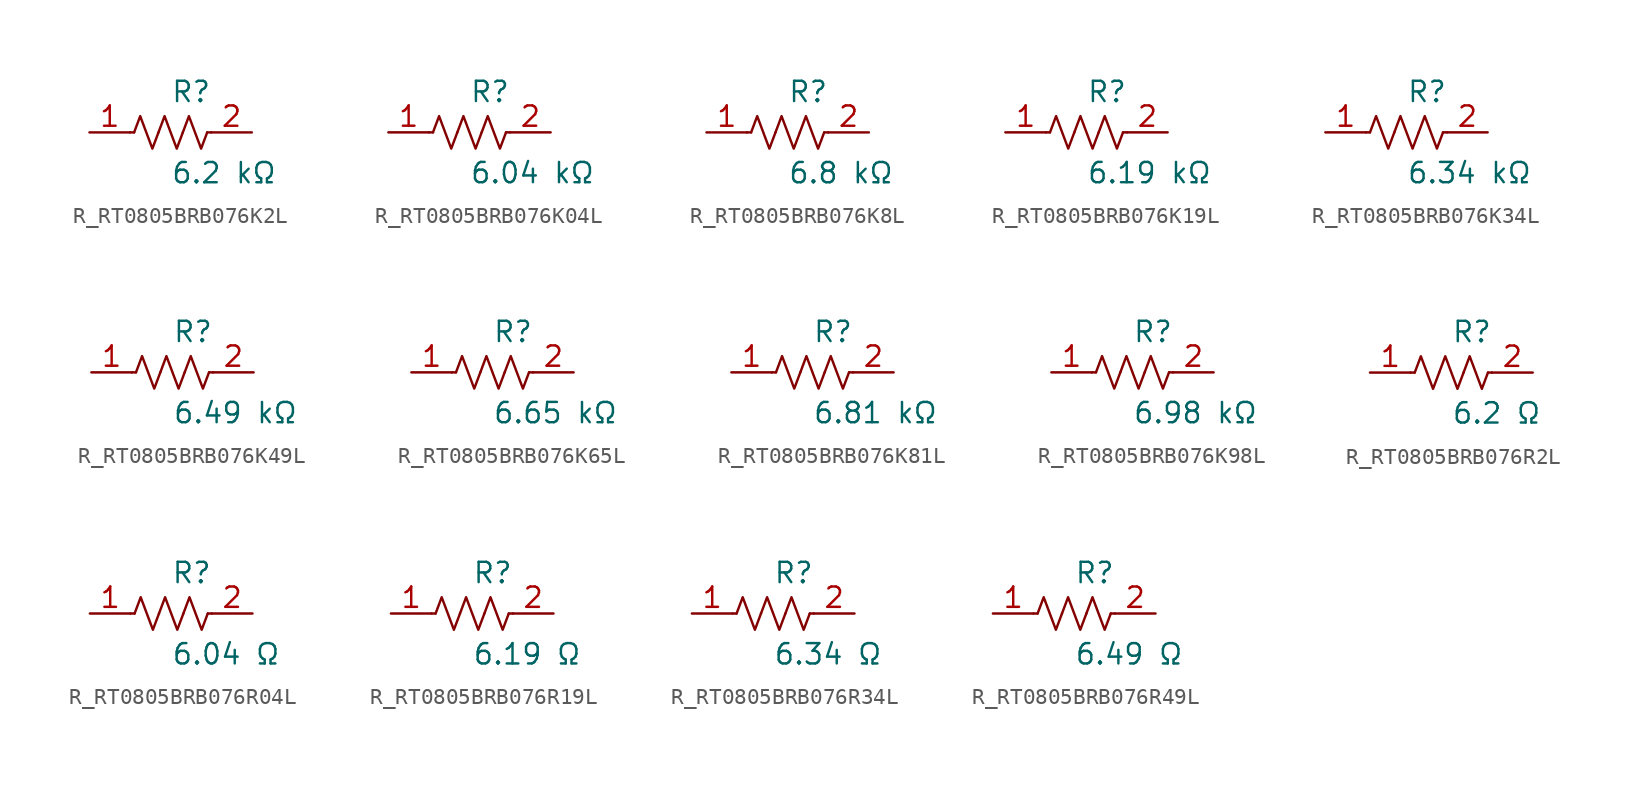
<source format=kicad_sym>
(kicad_symbol_lib
  (version 20231120)
  (generator kicad_symbol_editor)
  (generator_version 8.0)
  (symbol "R_RT0805BRB076K2L"
    (pin_names
      (offset 0.254))
    (property "Reference" "R"
      (at 0 2.54 0)
      (effects (font (size 1.27 1.27)) (justify left)))
    (property "Value" "6.2 kΩ"
      (at 0 -2.54 0)
      (effects (font (size 1.27 1.27)) (justify left)))
    (symbol "R_RT0805BRB076K2L_0_1"
      (polyline (pts (xy 2.286 0) (xy 2.54 0)) (stroke (width 0) (type default)) (fill (type none)))
      (polyline (pts (xy -2.286 0) (xy -2.54 0)) (stroke (width 0) (type default)) (fill (type none)))
      (polyline (pts (xy 0.762 0) (xy 1.143 1.016) (xy 1.524 0) (xy 1.905 -1.016) (xy 2.286 0)) (stroke (width 0) (type default)) (fill (type none)))
      (polyline (pts (xy -0.762 0) (xy -0.381 1.016) (xy 0 0) (xy 0.381 -1.016) (xy 0.762 0)) (stroke (width 0) (type default)) (fill (type none)))
      (polyline (pts (xy -2.286 0) (xy -1.905 1.016) (xy -1.524 0) (xy -1.143 -1.016) (xy -0.762 0)) (stroke (width 0) (type default)) (fill (type none))))
    (pin unspecified line
      (at -5.08 0 0)
      (length 2.54)
      (name "" (effects (font (size 1.27 1.27))))
      (number "1" (effects (font (size 1.27 1.27)))))
    (pin unspecified line
      (at 5.08 0 180)
      (length 2.54)
      (name "" (effects (font (size 1.27 1.27))))
      (number "2" (effects (font (size 1.27 1.27))))))
  (symbol "R_RT0805BRB076K04L"
    (pin_names
      (offset 0.254))
    (property "Reference" "R"
      (at 0 2.54 0)
      (effects (font (size 1.27 1.27)) (justify left)))
    (property "Value" "6.04 kΩ"
      (at 0 -2.54 0)
      (effects (font (size 1.27 1.27)) (justify left)))
    (symbol "R_RT0805BRB076K04L_0_1"
      (polyline (pts (xy 2.286 0) (xy 2.54 0)) (stroke (width 0) (type default)) (fill (type none)))
      (polyline (pts (xy -2.286 0) (xy -2.54 0)) (stroke (width 0) (type default)) (fill (type none)))
      (polyline (pts (xy 0.762 0) (xy 1.143 1.016) (xy 1.524 0) (xy 1.905 -1.016) (xy 2.286 0)) (stroke (width 0) (type default)) (fill (type none)))
      (polyline (pts (xy -0.762 0) (xy -0.381 1.016) (xy 0 0) (xy 0.381 -1.016) (xy 0.762 0)) (stroke (width 0) (type default)) (fill (type none)))
      (polyline (pts (xy -2.286 0) (xy -1.905 1.016) (xy -1.524 0) (xy -1.143 -1.016) (xy -0.762 0)) (stroke (width 0) (type default)) (fill (type none))))
    (pin unspecified line
      (at -5.08 0 0)
      (length 2.54)
      (name "" (effects (font (size 1.27 1.27))))
      (number "1" (effects (font (size 1.27 1.27)))))
    (pin unspecified line
      (at 5.08 0 180)
      (length 2.54)
      (name "" (effects (font (size 1.27 1.27))))
      (number "2" (effects (font (size 1.27 1.27))))))
  (symbol "R_RT0805BRB076K8L"
    (pin_names
      (offset 0.254))
    (property "Reference" "R"
      (at 0 2.54 0)
      (effects (font (size 1.27 1.27)) (justify left)))
    (property "Value" "6.8 kΩ"
      (at 0 -2.54 0)
      (effects (font (size 1.27 1.27)) (justify left)))
    (symbol "R_RT0805BRB076K8L_0_1"
      (polyline (pts (xy 2.286 0) (xy 2.54 0)) (stroke (width 0) (type default)) (fill (type none)))
      (polyline (pts (xy -2.286 0) (xy -2.54 0)) (stroke (width 0) (type default)) (fill (type none)))
      (polyline (pts (xy 0.762 0) (xy 1.143 1.016) (xy 1.524 0) (xy 1.905 -1.016) (xy 2.286 0)) (stroke (width 0) (type default)) (fill (type none)))
      (polyline (pts (xy -0.762 0) (xy -0.381 1.016) (xy 0 0) (xy 0.381 -1.016) (xy 0.762 0)) (stroke (width 0) (type default)) (fill (type none)))
      (polyline (pts (xy -2.286 0) (xy -1.905 1.016) (xy -1.524 0) (xy -1.143 -1.016) (xy -0.762 0)) (stroke (width 0) (type default)) (fill (type none))))
    (pin unspecified line
      (at -5.08 0 0)
      (length 2.54)
      (name "" (effects (font (size 1.27 1.27))))
      (number "1" (effects (font (size 1.27 1.27)))))
    (pin unspecified line
      (at 5.08 0 180)
      (length 2.54)
      (name "" (effects (font (size 1.27 1.27))))
      (number "2" (effects (font (size 1.27 1.27))))))
  (symbol "R_RT0805BRB076K19L"
    (pin_names
      (offset 0.254))
    (property "Reference" "R"
      (at 0 2.54 0)
      (effects (font (size 1.27 1.27)) (justify left)))
    (property "Value" "6.19 kΩ"
      (at 0 -2.54 0)
      (effects (font (size 1.27 1.27)) (justify left)))
    (symbol "R_RT0805BRB076K19L_0_1"
      (polyline (pts (xy 2.286 0) (xy 2.54 0)) (stroke (width 0) (type default)) (fill (type none)))
      (polyline (pts (xy -2.286 0) (xy -2.54 0)) (stroke (width 0) (type default)) (fill (type none)))
      (polyline (pts (xy 0.762 0) (xy 1.143 1.016) (xy 1.524 0) (xy 1.905 -1.016) (xy 2.286 0)) (stroke (width 0) (type default)) (fill (type none)))
      (polyline (pts (xy -0.762 0) (xy -0.381 1.016) (xy 0 0) (xy 0.381 -1.016) (xy 0.762 0)) (stroke (width 0) (type default)) (fill (type none)))
      (polyline (pts (xy -2.286 0) (xy -1.905 1.016) (xy -1.524 0) (xy -1.143 -1.016) (xy -0.762 0)) (stroke (width 0) (type default)) (fill (type none))))
    (pin unspecified line
      (at -5.08 0 0)
      (length 2.54)
      (name "" (effects (font (size 1.27 1.27))))
      (number "1" (effects (font (size 1.27 1.27)))))
    (pin unspecified line
      (at 5.08 0 180)
      (length 2.54)
      (name "" (effects (font (size 1.27 1.27))))
      (number "2" (effects (font (size 1.27 1.27))))))
  (symbol "R_RT0805BRB076K34L"
    (pin_names
      (offset 0.254))
    (property "Reference" "R"
      (at 0 2.54 0)
      (effects (font (size 1.27 1.27)) (justify left)))
    (property "Value" "6.34 kΩ"
      (at 0 -2.54 0)
      (effects (font (size 1.27 1.27)) (justify left)))
    (symbol "R_RT0805BRB076K34L_0_1"
      (polyline (pts (xy 2.286 0) (xy 2.54 0)) (stroke (width 0) (type default)) (fill (type none)))
      (polyline (pts (xy -2.286 0) (xy -2.54 0)) (stroke (width 0) (type default)) (fill (type none)))
      (polyline (pts (xy 0.762 0) (xy 1.143 1.016) (xy 1.524 0) (xy 1.905 -1.016) (xy 2.286 0)) (stroke (width 0) (type default)) (fill (type none)))
      (polyline (pts (xy -0.762 0) (xy -0.381 1.016) (xy 0 0) (xy 0.381 -1.016) (xy 0.762 0)) (stroke (width 0) (type default)) (fill (type none)))
      (polyline (pts (xy -2.286 0) (xy -1.905 1.016) (xy -1.524 0) (xy -1.143 -1.016) (xy -0.762 0)) (stroke (width 0) (type default)) (fill (type none))))
    (pin unspecified line
      (at -5.08 0 0)
      (length 2.54)
      (name "" (effects (font (size 1.27 1.27))))
      (number "1" (effects (font (size 1.27 1.27)))))
    (pin unspecified line
      (at 5.08 0 180)
      (length 2.54)
      (name "" (effects (font (size 1.27 1.27))))
      (number "2" (effects (font (size 1.27 1.27))))))
  (symbol "R_RT0805BRB076K49L"
    (pin_names
      (offset 0.254))
    (property "Reference" "R"
      (at 0 2.54 0)
      (effects (font (size 1.27 1.27)) (justify left)))
    (property "Value" "6.49 kΩ"
      (at 0 -2.54 0)
      (effects (font (size 1.27 1.27)) (justify left)))
    (symbol "R_RT0805BRB076K49L_0_1"
      (polyline (pts (xy 2.286 0) (xy 2.54 0)) (stroke (width 0) (type default)) (fill (type none)))
      (polyline (pts (xy -2.286 0) (xy -2.54 0)) (stroke (width 0) (type default)) (fill (type none)))
      (polyline (pts (xy 0.762 0) (xy 1.143 1.016) (xy 1.524 0) (xy 1.905 -1.016) (xy 2.286 0)) (stroke (width 0) (type default)) (fill (type none)))
      (polyline (pts (xy -0.762 0) (xy -0.381 1.016) (xy 0 0) (xy 0.381 -1.016) (xy 0.762 0)) (stroke (width 0) (type default)) (fill (type none)))
      (polyline (pts (xy -2.286 0) (xy -1.905 1.016) (xy -1.524 0) (xy -1.143 -1.016) (xy -0.762 0)) (stroke (width 0) (type default)) (fill (type none))))
    (pin unspecified line
      (at -5.08 0 0)
      (length 2.54)
      (name "" (effects (font (size 1.27 1.27))))
      (number "1" (effects (font (size 1.27 1.27)))))
    (pin unspecified line
      (at 5.08 0 180)
      (length 2.54)
      (name "" (effects (font (size 1.27 1.27))))
      (number "2" (effects (font (size 1.27 1.27))))))
  (symbol "R_RT0805BRB076K65L"
    (pin_names
      (offset 0.254))
    (property "Reference" "R"
      (at 0 2.54 0)
      (effects (font (size 1.27 1.27)) (justify left)))
    (property "Value" "6.65 kΩ"
      (at 0 -2.54 0)
      (effects (font (size 1.27 1.27)) (justify left)))
    (symbol "R_RT0805BRB076K65L_0_1"
      (polyline (pts (xy 2.286 0) (xy 2.54 0)) (stroke (width 0) (type default)) (fill (type none)))
      (polyline (pts (xy -2.286 0) (xy -2.54 0)) (stroke (width 0) (type default)) (fill (type none)))
      (polyline (pts (xy 0.762 0) (xy 1.143 1.016) (xy 1.524 0) (xy 1.905 -1.016) (xy 2.286 0)) (stroke (width 0) (type default)) (fill (type none)))
      (polyline (pts (xy -0.762 0) (xy -0.381 1.016) (xy 0 0) (xy 0.381 -1.016) (xy 0.762 0)) (stroke (width 0) (type default)) (fill (type none)))
      (polyline (pts (xy -2.286 0) (xy -1.905 1.016) (xy -1.524 0) (xy -1.143 -1.016) (xy -0.762 0)) (stroke (width 0) (type default)) (fill (type none))))
    (pin unspecified line
      (at -5.08 0 0)
      (length 2.54)
      (name "" (effects (font (size 1.27 1.27))))
      (number "1" (effects (font (size 1.27 1.27)))))
    (pin unspecified line
      (at 5.08 0 180)
      (length 2.54)
      (name "" (effects (font (size 1.27 1.27))))
      (number "2" (effects (font (size 1.27 1.27))))))
  (symbol "R_RT0805BRB076K81L"
    (pin_names
      (offset 0.254))
    (property "Reference" "R"
      (at 0 2.54 0)
      (effects (font (size 1.27 1.27)) (justify left)))
    (property "Value" "6.81 kΩ"
      (at 0 -2.54 0)
      (effects (font (size 1.27 1.27)) (justify left)))
    (symbol "R_RT0805BRB076K81L_0_1"
      (polyline (pts (xy 2.286 0) (xy 2.54 0)) (stroke (width 0) (type default)) (fill (type none)))
      (polyline (pts (xy -2.286 0) (xy -2.54 0)) (stroke (width 0) (type default)) (fill (type none)))
      (polyline (pts (xy 0.762 0) (xy 1.143 1.016) (xy 1.524 0) (xy 1.905 -1.016) (xy 2.286 0)) (stroke (width 0) (type default)) (fill (type none)))
      (polyline (pts (xy -0.762 0) (xy -0.381 1.016) (xy 0 0) (xy 0.381 -1.016) (xy 0.762 0)) (stroke (width 0) (type default)) (fill (type none)))
      (polyline (pts (xy -2.286 0) (xy -1.905 1.016) (xy -1.524 0) (xy -1.143 -1.016) (xy -0.762 0)) (stroke (width 0) (type default)) (fill (type none))))
    (pin unspecified line
      (at -5.08 0 0)
      (length 2.54)
      (name "" (effects (font (size 1.27 1.27))))
      (number "1" (effects (font (size 1.27 1.27)))))
    (pin unspecified line
      (at 5.08 0 180)
      (length 2.54)
      (name "" (effects (font (size 1.27 1.27))))
      (number "2" (effects (font (size 1.27 1.27))))))
  (symbol "R_RT0805BRB076K98L"
    (pin_names
      (offset 0.254))
    (property "Reference" "R"
      (at 0 2.54 0)
      (effects (font (size 1.27 1.27)) (justify left)))
    (property "Value" "6.98 kΩ"
      (at 0 -2.54 0)
      (effects (font (size 1.27 1.27)) (justify left)))
    (symbol "R_RT0805BRB076K98L_0_1"
      (polyline (pts (xy 2.286 0) (xy 2.54 0)) (stroke (width 0) (type default)) (fill (type none)))
      (polyline (pts (xy -2.286 0) (xy -2.54 0)) (stroke (width 0) (type default)) (fill (type none)))
      (polyline (pts (xy 0.762 0) (xy 1.143 1.016) (xy 1.524 0) (xy 1.905 -1.016) (xy 2.286 0)) (stroke (width 0) (type default)) (fill (type none)))
      (polyline (pts (xy -0.762 0) (xy -0.381 1.016) (xy 0 0) (xy 0.381 -1.016) (xy 0.762 0)) (stroke (width 0) (type default)) (fill (type none)))
      (polyline (pts (xy -2.286 0) (xy -1.905 1.016) (xy -1.524 0) (xy -1.143 -1.016) (xy -0.762 0)) (stroke (width 0) (type default)) (fill (type none))))
    (pin unspecified line
      (at -5.08 0 0)
      (length 2.54)
      (name "" (effects (font (size 1.27 1.27))))
      (number "1" (effects (font (size 1.27 1.27)))))
    (pin unspecified line
      (at 5.08 0 180)
      (length 2.54)
      (name "" (effects (font (size 1.27 1.27))))
      (number "2" (effects (font (size 1.27 1.27))))))
  (symbol "R_RT0805BRB076R2L"
    (pin_names
      (offset 0.254))
    (property "Reference" "R"
      (at 0 2.54 0)
      (effects (font (size 1.27 1.27)) (justify left)))
    (property "Value" "6.2 Ω"
      (at 0 -2.54 0)
      (effects (font (size 1.27 1.27)) (justify left)))
    (symbol "R_RT0805BRB076R2L_0_1"
      (polyline (pts (xy 2.286 0) (xy 2.54 0)) (stroke (width 0) (type default)) (fill (type none)))
      (polyline (pts (xy -2.286 0) (xy -2.54 0)) (stroke (width 0) (type default)) (fill (type none)))
      (polyline (pts (xy 0.762 0) (xy 1.143 1.016) (xy 1.524 0) (xy 1.905 -1.016) (xy 2.286 0)) (stroke (width 0) (type default)) (fill (type none)))
      (polyline (pts (xy -0.762 0) (xy -0.381 1.016) (xy 0 0) (xy 0.381 -1.016) (xy 0.762 0)) (stroke (width 0) (type default)) (fill (type none)))
      (polyline (pts (xy -2.286 0) (xy -1.905 1.016) (xy -1.524 0) (xy -1.143 -1.016) (xy -0.762 0)) (stroke (width 0) (type default)) (fill (type none))))
    (pin unspecified line
      (at -5.08 0 0)
      (length 2.54)
      (name "" (effects (font (size 1.27 1.27))))
      (number "1" (effects (font (size 1.27 1.27)))))
    (pin unspecified line
      (at 5.08 0 180)
      (length 2.54)
      (name "" (effects (font (size 1.27 1.27))))
      (number "2" (effects (font (size 1.27 1.27))))))
  (symbol "R_RT0805BRB076R04L"
    (pin_names
      (offset 0.254))
    (property "Reference" "R"
      (at 0 2.54 0)
      (effects (font (size 1.27 1.27)) (justify left)))
    (property "Value" "6.04 Ω"
      (at 0 -2.54 0)
      (effects (font (size 1.27 1.27)) (justify left)))
    (symbol "R_RT0805BRB076R04L_0_1"
      (polyline (pts (xy 2.286 0) (xy 2.54 0)) (stroke (width 0) (type default)) (fill (type none)))
      (polyline (pts (xy -2.286 0) (xy -2.54 0)) (stroke (width 0) (type default)) (fill (type none)))
      (polyline (pts (xy 0.762 0) (xy 1.143 1.016) (xy 1.524 0) (xy 1.905 -1.016) (xy 2.286 0)) (stroke (width 0) (type default)) (fill (type none)))
      (polyline (pts (xy -0.762 0) (xy -0.381 1.016) (xy 0 0) (xy 0.381 -1.016) (xy 0.762 0)) (stroke (width 0) (type default)) (fill (type none)))
      (polyline (pts (xy -2.286 0) (xy -1.905 1.016) (xy -1.524 0) (xy -1.143 -1.016) (xy -0.762 0)) (stroke (width 0) (type default)) (fill (type none))))
    (pin unspecified line
      (at -5.08 0 0)
      (length 2.54)
      (name "" (effects (font (size 1.27 1.27))))
      (number "1" (effects (font (size 1.27 1.27)))))
    (pin unspecified line
      (at 5.08 0 180)
      (length 2.54)
      (name "" (effects (font (size 1.27 1.27))))
      (number "2" (effects (font (size 1.27 1.27))))))
  (symbol "R_RT0805BRB076R19L"
    (pin_names
      (offset 0.254))
    (property "Reference" "R"
      (at 0 2.54 0)
      (effects (font (size 1.27 1.27)) (justify left)))
    (property "Value" "6.19 Ω"
      (at 0 -2.54 0)
      (effects (font (size 1.27 1.27)) (justify left)))
    (symbol "R_RT0805BRB076R19L_0_1"
      (polyline (pts (xy 2.286 0) (xy 2.54 0)) (stroke (width 0) (type default)) (fill (type none)))
      (polyline (pts (xy -2.286 0) (xy -2.54 0)) (stroke (width 0) (type default)) (fill (type none)))
      (polyline (pts (xy 0.762 0) (xy 1.143 1.016) (xy 1.524 0) (xy 1.905 -1.016) (xy 2.286 0)) (stroke (width 0) (type default)) (fill (type none)))
      (polyline (pts (xy -0.762 0) (xy -0.381 1.016) (xy 0 0) (xy 0.381 -1.016) (xy 0.762 0)) (stroke (width 0) (type default)) (fill (type none)))
      (polyline (pts (xy -2.286 0) (xy -1.905 1.016) (xy -1.524 0) (xy -1.143 -1.016) (xy -0.762 0)) (stroke (width 0) (type default)) (fill (type none))))
    (pin unspecified line
      (at -5.08 0 0)
      (length 2.54)
      (name "" (effects (font (size 1.27 1.27))))
      (number "1" (effects (font (size 1.27 1.27)))))
    (pin unspecified line
      (at 5.08 0 180)
      (length 2.54)
      (name "" (effects (font (size 1.27 1.27))))
      (number "2" (effects (font (size 1.27 1.27))))))
  (symbol "R_RT0805BRB076R34L"
    (pin_names
      (offset 0.254))
    (property "Reference" "R"
      (at 0 2.54 0)
      (effects (font (size 1.27 1.27)) (justify left)))
    (property "Value" "6.34 Ω"
      (at 0 -2.54 0)
      (effects (font (size 1.27 1.27)) (justify left)))
    (symbol "R_RT0805BRB076R34L_0_1"
      (polyline (pts (xy 2.286 0) (xy 2.54 0)) (stroke (width 0) (type default)) (fill (type none)))
      (polyline (pts (xy -2.286 0) (xy -2.54 0)) (stroke (width 0) (type default)) (fill (type none)))
      (polyline (pts (xy 0.762 0) (xy 1.143 1.016) (xy 1.524 0) (xy 1.905 -1.016) (xy 2.286 0)) (stroke (width 0) (type default)) (fill (type none)))
      (polyline (pts (xy -0.762 0) (xy -0.381 1.016) (xy 0 0) (xy 0.381 -1.016) (xy 0.762 0)) (stroke (width 0) (type default)) (fill (type none)))
      (polyline (pts (xy -2.286 0) (xy -1.905 1.016) (xy -1.524 0) (xy -1.143 -1.016) (xy -0.762 0)) (stroke (width 0) (type default)) (fill (type none))))
    (pin unspecified line
      (at -5.08 0 0)
      (length 2.54)
      (name "" (effects (font (size 1.27 1.27))))
      (number "1" (effects (font (size 1.27 1.27)))))
    (pin unspecified line
      (at 5.08 0 180)
      (length 2.54)
      (name "" (effects (font (size 1.27 1.27))))
      (number "2" (effects (font (size 1.27 1.27))))))
  (symbol "R_RT0805BRB076R49L"
    (pin_names
      (offset 0.254))
    (property "Reference" "R"
      (at 0 2.54 0)
      (effects (font (size 1.27 1.27)) (justify left)))
    (property "Value" "6.49 Ω"
      (at 0 -2.54 0)
      (effects (font (size 1.27 1.27)) (justify left)))
    (symbol "R_RT0805BRB076R49L_0_1"
      (polyline (pts (xy 2.286 0) (xy 2.54 0)) (stroke (width 0) (type default)) (fill (type none)))
      (polyline (pts (xy -2.286 0) (xy -2.54 0)) (stroke (width 0) (type default)) (fill (type none)))
      (polyline (pts (xy 0.762 0) (xy 1.143 1.016) (xy 1.524 0) (xy 1.905 -1.016) (xy 2.286 0)) (stroke (width 0) (type default)) (fill (type none)))
      (polyline (pts (xy -0.762 0) (xy -0.381 1.016) (xy 0 0) (xy 0.381 -1.016) (xy 0.762 0)) (stroke (width 0) (type default)) (fill (type none)))
      (polyline (pts (xy -2.286 0) (xy -1.905 1.016) (xy -1.524 0) (xy -1.143 -1.016) (xy -0.762 0)) (stroke (width 0) (type default)) (fill (type none))))
    (pin unspecified line
      (at -5.08 0 0)
      (length 2.54)
      (name "" (effects (font (size 1.27 1.27))))
      (number "1" (effects (font (size 1.27 1.27)))))
    (pin unspecified line
      (at 5.08 0 180)
      (length 2.54)
      (name "" (effects (font (size 1.27 1.27))))
      (number "2" (effects (font (size 1.27 1.27)))))))
</source>
